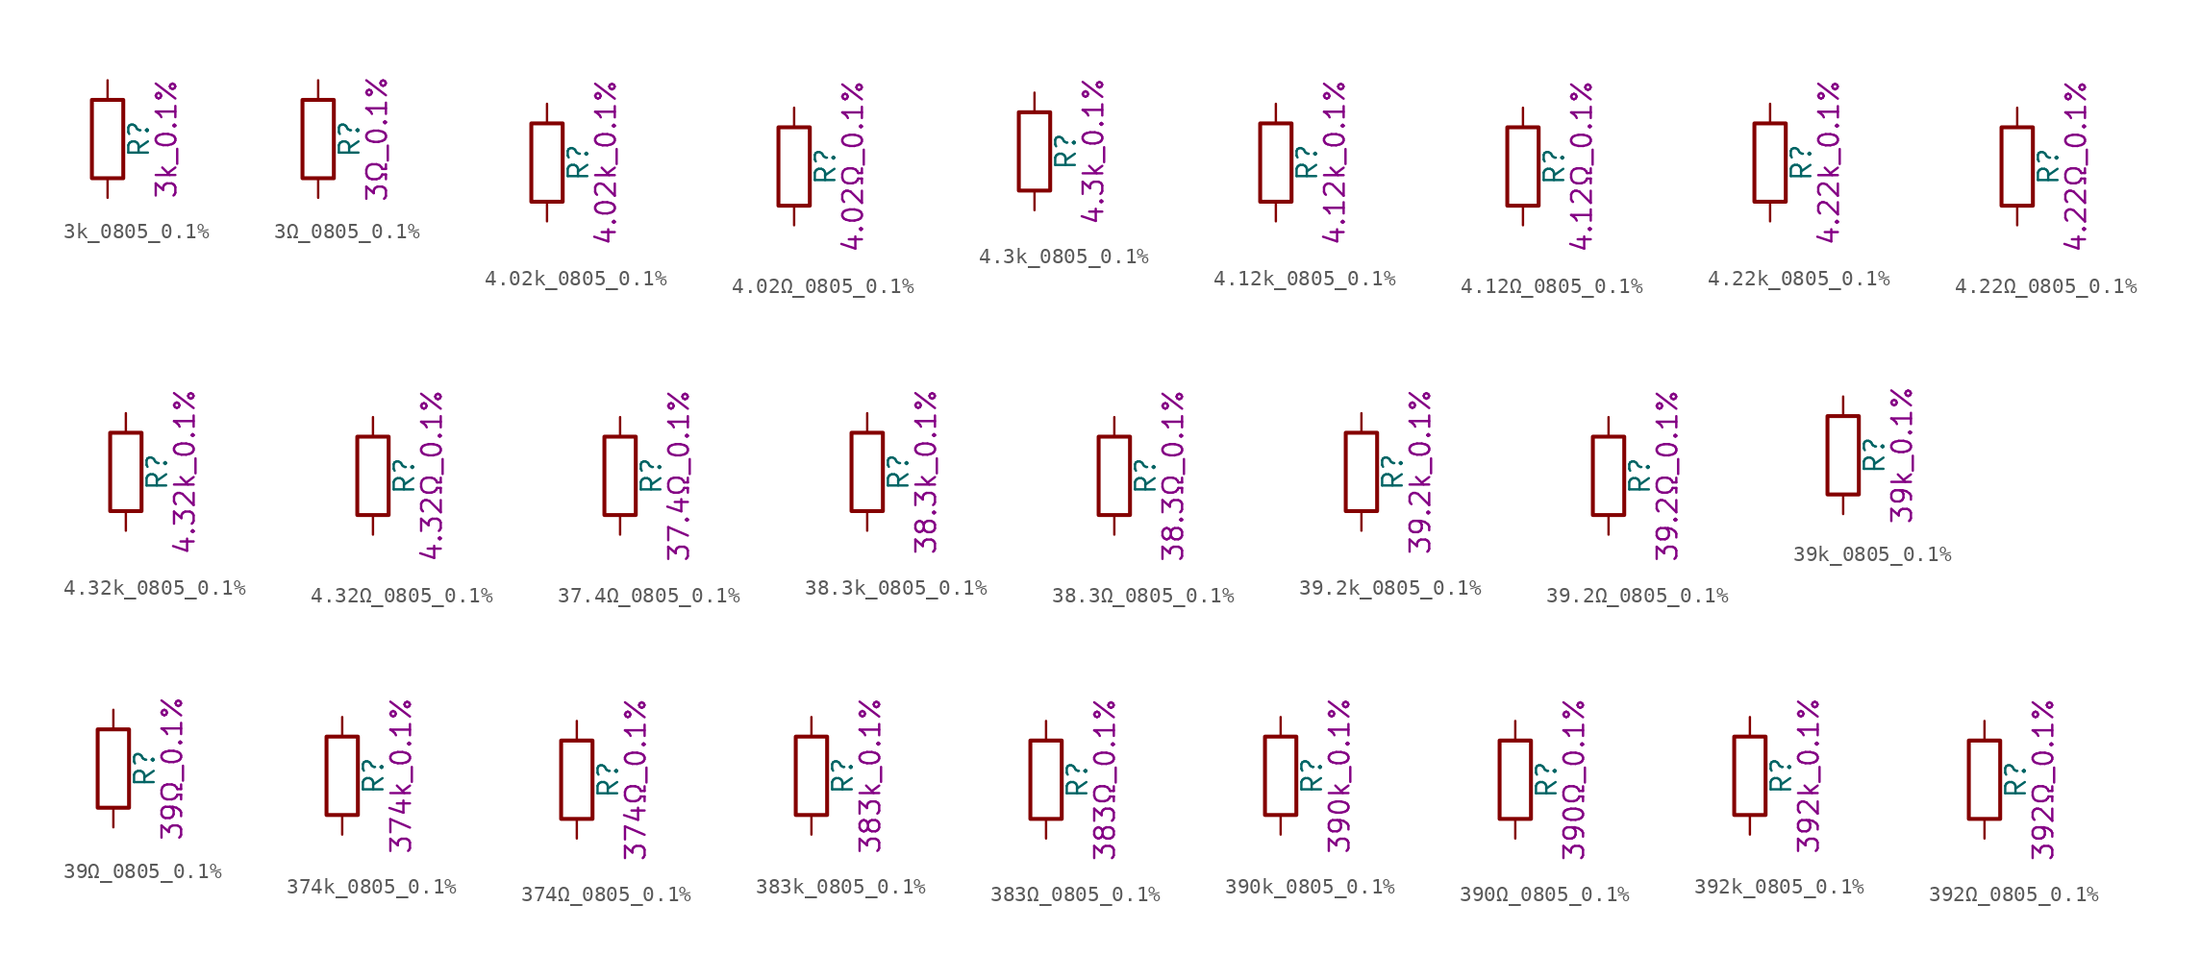
<source format=kicad_sym>
(kicad_symbol_lib
  (version 20211014)
  (generator kicad_symbol_editor)
  (symbol "3k_0805_0.1%"
    (pin_numbers hide)
    (pin_names
      (offset 0))
    (property "Reference" "R"
      (at 2.032 0 90)
      (effects (font (size 1.27 1.27))))
    (property "Display" "3k_0.1%"
      (at 3.81 0 90)
      (effects (font (size 1.27 1.27))))
    (symbol "3k_0805_0.1%_0_1"
      (rectangle (start -1.016 -2.54) (end 1.016 2.54) (stroke (width 0.254) (type default) (color 0 0 0 0)) (fill (type none))))
    (symbol "3k_0805_0.1%_1_1"
      (pin passive line (at 0 3.81 270) (length 1.27) (name "~" (effects (font (size 1.27 1.27)))) (number "1" (effects (font (size 1.27 1.27)))))
      (pin passive line (at 0 -3.81 90) (length 1.27) (name "~" (effects (font (size 1.27 1.27)))) (number "2" (effects (font (size 1.27 1.27)))))))
  (symbol "3Ω_0805_0.1%"
    (pin_numbers hide)
    (pin_names
      (offset 0))
    (property "Reference" "R"
      (at 2.032 0 90)
      (effects (font (size 1.27 1.27))))
    (property "Display" "3Ω_0.1%"
      (at 3.81 0 90)
      (effects (font (size 1.27 1.27))))
    (symbol "3Ω_0805_0.1%_0_1"
      (rectangle (start -1.016 -2.54) (end 1.016 2.54) (stroke (width 0.254) (type default) (color 0 0 0 0)) (fill (type none))))
    (symbol "3Ω_0805_0.1%_1_1"
      (pin passive line (at 0 3.81 270) (length 1.27) (name "~" (effects (font (size 1.27 1.27)))) (number "1" (effects (font (size 1.27 1.27)))))
      (pin passive line (at 0 -3.81 90) (length 1.27) (name "~" (effects (font (size 1.27 1.27)))) (number "2" (effects (font (size 1.27 1.27)))))))
  (symbol "4.02k_0805_0.1%"
    (pin_numbers hide)
    (pin_names
      (offset 0))
    (property "Reference" "R"
      (at 2.032 0 90)
      (effects (font (size 1.27 1.27))))
    (property "Display" "4.02k_0.1%"
      (at 3.81 0 90)
      (effects (font (size 1.27 1.27))))
    (symbol "4.02k_0805_0.1%_0_1"
      (rectangle (start -1.016 -2.54) (end 1.016 2.54) (stroke (width 0.254) (type default) (color 0 0 0 0)) (fill (type none))))
    (symbol "4.02k_0805_0.1%_1_1"
      (pin passive line (at 0 3.81 270) (length 1.27) (name "~" (effects (font (size 1.27 1.27)))) (number "1" (effects (font (size 1.27 1.27)))))
      (pin passive line (at 0 -3.81 90) (length 1.27) (name "~" (effects (font (size 1.27 1.27)))) (number "2" (effects (font (size 1.27 1.27)))))))
  (symbol "4.02Ω_0805_0.1%"
    (pin_numbers hide)
    (pin_names
      (offset 0))
    (property "Reference" "R"
      (at 2.032 0 90)
      (effects (font (size 1.27 1.27))))
    (property "Display" "4.02Ω_0.1%"
      (at 3.81 0 90)
      (effects (font (size 1.27 1.27))))
    (symbol "4.02Ω_0805_0.1%_0_1"
      (rectangle (start -1.016 -2.54) (end 1.016 2.54) (stroke (width 0.254) (type default) (color 0 0 0 0)) (fill (type none))))
    (symbol "4.02Ω_0805_0.1%_1_1"
      (pin passive line (at 0 3.81 270) (length 1.27) (name "~" (effects (font (size 1.27 1.27)))) (number "1" (effects (font (size 1.27 1.27)))))
      (pin passive line (at 0 -3.81 90) (length 1.27) (name "~" (effects (font (size 1.27 1.27)))) (number "2" (effects (font (size 1.27 1.27)))))))
  (symbol "4.3k_0805_0.1%"
    (pin_numbers hide)
    (pin_names
      (offset 0))
    (property "Reference" "R"
      (at 2.032 0 90)
      (effects (font (size 1.27 1.27))))
    (property "Display" "4.3k_0.1%"
      (at 3.81 0 90)
      (effects (font (size 1.27 1.27))))
    (symbol "4.3k_0805_0.1%_0_1"
      (rectangle (start -1.016 -2.54) (end 1.016 2.54) (stroke (width 0.254) (type default) (color 0 0 0 0)) (fill (type none))))
    (symbol "4.3k_0805_0.1%_1_1"
      (pin passive line (at 0 3.81 270) (length 1.27) (name "~" (effects (font (size 1.27 1.27)))) (number "1" (effects (font (size 1.27 1.27)))))
      (pin passive line (at 0 -3.81 90) (length 1.27) (name "~" (effects (font (size 1.27 1.27)))) (number "2" (effects (font (size 1.27 1.27)))))))
  (symbol "4.12k_0805_0.1%"
    (pin_numbers hide)
    (pin_names
      (offset 0))
    (property "Reference" "R"
      (at 2.032 0 90)
      (effects (font (size 1.27 1.27))))
    (property "Display" "4.12k_0.1%"
      (at 3.81 0 90)
      (effects (font (size 1.27 1.27))))
    (symbol "4.12k_0805_0.1%_0_1"
      (rectangle (start -1.016 -2.54) (end 1.016 2.54) (stroke (width 0.254) (type default) (color 0 0 0 0)) (fill (type none))))
    (symbol "4.12k_0805_0.1%_1_1"
      (pin passive line (at 0 3.81 270) (length 1.27) (name "~" (effects (font (size 1.27 1.27)))) (number "1" (effects (font (size 1.27 1.27)))))
      (pin passive line (at 0 -3.81 90) (length 1.27) (name "~" (effects (font (size 1.27 1.27)))) (number "2" (effects (font (size 1.27 1.27)))))))
  (symbol "4.12Ω_0805_0.1%"
    (pin_numbers hide)
    (pin_names
      (offset 0))
    (property "Reference" "R"
      (at 2.032 0 90)
      (effects (font (size 1.27 1.27))))
    (property "Display" "4.12Ω_0.1%"
      (at 3.81 0 90)
      (effects (font (size 1.27 1.27))))
    (symbol "4.12Ω_0805_0.1%_0_1"
      (rectangle (start -1.016 -2.54) (end 1.016 2.54) (stroke (width 0.254) (type default) (color 0 0 0 0)) (fill (type none))))
    (symbol "4.12Ω_0805_0.1%_1_1"
      (pin passive line (at 0 3.81 270) (length 1.27) (name "~" (effects (font (size 1.27 1.27)))) (number "1" (effects (font (size 1.27 1.27)))))
      (pin passive line (at 0 -3.81 90) (length 1.27) (name "~" (effects (font (size 1.27 1.27)))) (number "2" (effects (font (size 1.27 1.27)))))))
  (symbol "4.22k_0805_0.1%"
    (pin_numbers hide)
    (pin_names
      (offset 0))
    (property "Reference" "R"
      (at 2.032 0 90)
      (effects (font (size 1.27 1.27))))
    (property "Display" "4.22k_0.1%"
      (at 3.81 0 90)
      (effects (font (size 1.27 1.27))))
    (symbol "4.22k_0805_0.1%_0_1"
      (rectangle (start -1.016 -2.54) (end 1.016 2.54) (stroke (width 0.254) (type default) (color 0 0 0 0)) (fill (type none))))
    (symbol "4.22k_0805_0.1%_1_1"
      (pin passive line (at 0 3.81 270) (length 1.27) (name "~" (effects (font (size 1.27 1.27)))) (number "1" (effects (font (size 1.27 1.27)))))
      (pin passive line (at 0 -3.81 90) (length 1.27) (name "~" (effects (font (size 1.27 1.27)))) (number "2" (effects (font (size 1.27 1.27)))))))
  (symbol "4.22Ω_0805_0.1%"
    (pin_numbers hide)
    (pin_names
      (offset 0))
    (property "Reference" "R"
      (at 2.032 0 90)
      (effects (font (size 1.27 1.27))))
    (property "Display" "4.22Ω_0.1%"
      (at 3.81 0 90)
      (effects (font (size 1.27 1.27))))
    (symbol "4.22Ω_0805_0.1%_0_1"
      (rectangle (start -1.016 -2.54) (end 1.016 2.54) (stroke (width 0.254) (type default) (color 0 0 0 0)) (fill (type none))))
    (symbol "4.22Ω_0805_0.1%_1_1"
      (pin passive line (at 0 3.81 270) (length 1.27) (name "~" (effects (font (size 1.27 1.27)))) (number "1" (effects (font (size 1.27 1.27)))))
      (pin passive line (at 0 -3.81 90) (length 1.27) (name "~" (effects (font (size 1.27 1.27)))) (number "2" (effects (font (size 1.27 1.27)))))))
  (symbol "4.32k_0805_0.1%"
    (pin_numbers hide)
    (pin_names
      (offset 0))
    (property "Reference" "R"
      (at 2.032 0 90)
      (effects (font (size 1.27 1.27))))
    (property "Display" "4.32k_0.1%"
      (at 3.81 0 90)
      (effects (font (size 1.27 1.27))))
    (symbol "4.32k_0805_0.1%_0_1"
      (rectangle (start -1.016 -2.54) (end 1.016 2.54) (stroke (width 0.254) (type default) (color 0 0 0 0)) (fill (type none))))
    (symbol "4.32k_0805_0.1%_1_1"
      (pin passive line (at 0 3.81 270) (length 1.27) (name "~" (effects (font (size 1.27 1.27)))) (number "1" (effects (font (size 1.27 1.27)))))
      (pin passive line (at 0 -3.81 90) (length 1.27) (name "~" (effects (font (size 1.27 1.27)))) (number "2" (effects (font (size 1.27 1.27)))))))
  (symbol "4.32Ω_0805_0.1%"
    (pin_numbers hide)
    (pin_names
      (offset 0))
    (property "Reference" "R"
      (at 2.032 0 90)
      (effects (font (size 1.27 1.27))))
    (property "Display" "4.32Ω_0.1%"
      (at 3.81 0 90)
      (effects (font (size 1.27 1.27))))
    (symbol "4.32Ω_0805_0.1%_0_1"
      (rectangle (start -1.016 -2.54) (end 1.016 2.54) (stroke (width 0.254) (type default) (color 0 0 0 0)) (fill (type none))))
    (symbol "4.32Ω_0805_0.1%_1_1"
      (pin passive line (at 0 3.81 270) (length 1.27) (name "~" (effects (font (size 1.27 1.27)))) (number "1" (effects (font (size 1.27 1.27)))))
      (pin passive line (at 0 -3.81 90) (length 1.27) (name "~" (effects (font (size 1.27 1.27)))) (number "2" (effects (font (size 1.27 1.27)))))))
  (symbol "37.4Ω_0805_0.1%"
    (pin_numbers hide)
    (pin_names
      (offset 0))
    (property "Reference" "R"
      (at 2.032 0 90)
      (effects (font (size 1.27 1.27))))
    (property "Display" "37.4Ω_0.1%"
      (at 3.81 0 90)
      (effects (font (size 1.27 1.27))))
    (symbol "37.4Ω_0805_0.1%_0_1"
      (rectangle (start -1.016 -2.54) (end 1.016 2.54) (stroke (width 0.254) (type default) (color 0 0 0 0)) (fill (type none))))
    (symbol "37.4Ω_0805_0.1%_1_1"
      (pin passive line (at 0 3.81 270) (length 1.27) (name "~" (effects (font (size 1.27 1.27)))) (number "1" (effects (font (size 1.27 1.27)))))
      (pin passive line (at 0 -3.81 90) (length 1.27) (name "~" (effects (font (size 1.27 1.27)))) (number "2" (effects (font (size 1.27 1.27)))))))
  (symbol "38.3k_0805_0.1%"
    (pin_numbers hide)
    (pin_names
      (offset 0))
    (property "Reference" "R"
      (at 2.032 0 90)
      (effects (font (size 1.27 1.27))))
    (property "Display" "38.3k_0.1%"
      (at 3.81 0 90)
      (effects (font (size 1.27 1.27))))
    (symbol "38.3k_0805_0.1%_0_1"
      (rectangle (start -1.016 -2.54) (end 1.016 2.54) (stroke (width 0.254) (type default) (color 0 0 0 0)) (fill (type none))))
    (symbol "38.3k_0805_0.1%_1_1"
      (pin passive line (at 0 3.81 270) (length 1.27) (name "~" (effects (font (size 1.27 1.27)))) (number "1" (effects (font (size 1.27 1.27)))))
      (pin passive line (at 0 -3.81 90) (length 1.27) (name "~" (effects (font (size 1.27 1.27)))) (number "2" (effects (font (size 1.27 1.27)))))))
  (symbol "38.3Ω_0805_0.1%"
    (pin_numbers hide)
    (pin_names
      (offset 0))
    (property "Reference" "R"
      (at 2.032 0 90)
      (effects (font (size 1.27 1.27))))
    (property "Display" "38.3Ω_0.1%"
      (at 3.81 0 90)
      (effects (font (size 1.27 1.27))))
    (symbol "38.3Ω_0805_0.1%_0_1"
      (rectangle (start -1.016 -2.54) (end 1.016 2.54) (stroke (width 0.254) (type default) (color 0 0 0 0)) (fill (type none))))
    (symbol "38.3Ω_0805_0.1%_1_1"
      (pin passive line (at 0 3.81 270) (length 1.27) (name "~" (effects (font (size 1.27 1.27)))) (number "1" (effects (font (size 1.27 1.27)))))
      (pin passive line (at 0 -3.81 90) (length 1.27) (name "~" (effects (font (size 1.27 1.27)))) (number "2" (effects (font (size 1.27 1.27)))))))
  (symbol "39.2k_0805_0.1%"
    (pin_numbers hide)
    (pin_names
      (offset 0))
    (property "Reference" "R"
      (at 2.032 0 90)
      (effects (font (size 1.27 1.27))))
    (property "Display" "39.2k_0.1%"
      (at 3.81 0 90)
      (effects (font (size 1.27 1.27))))
    (symbol "39.2k_0805_0.1%_0_1"
      (rectangle (start -1.016 -2.54) (end 1.016 2.54) (stroke (width 0.254) (type default) (color 0 0 0 0)) (fill (type none))))
    (symbol "39.2k_0805_0.1%_1_1"
      (pin passive line (at 0 3.81 270) (length 1.27) (name "~" (effects (font (size 1.27 1.27)))) (number "1" (effects (font (size 1.27 1.27)))))
      (pin passive line (at 0 -3.81 90) (length 1.27) (name "~" (effects (font (size 1.27 1.27)))) (number "2" (effects (font (size 1.27 1.27)))))))
  (symbol "39.2Ω_0805_0.1%"
    (pin_numbers hide)
    (pin_names
      (offset 0))
    (property "Reference" "R"
      (at 2.032 0 90)
      (effects (font (size 1.27 1.27))))
    (property "Display" "39.2Ω_0.1%"
      (at 3.81 0 90)
      (effects (font (size 1.27 1.27))))
    (symbol "39.2Ω_0805_0.1%_0_1"
      (rectangle (start -1.016 -2.54) (end 1.016 2.54) (stroke (width 0.254) (type default) (color 0 0 0 0)) (fill (type none))))
    (symbol "39.2Ω_0805_0.1%_1_1"
      (pin passive line (at 0 3.81 270) (length 1.27) (name "~" (effects (font (size 1.27 1.27)))) (number "1" (effects (font (size 1.27 1.27)))))
      (pin passive line (at 0 -3.81 90) (length 1.27) (name "~" (effects (font (size 1.27 1.27)))) (number "2" (effects (font (size 1.27 1.27)))))))
  (symbol "39k_0805_0.1%"
    (pin_numbers hide)
    (pin_names
      (offset 0))
    (property "Reference" "R"
      (at 2.032 0 90)
      (effects (font (size 1.27 1.27))))
    (property "Display" "39k_0.1%"
      (at 3.81 0 90)
      (effects (font (size 1.27 1.27))))
    (symbol "39k_0805_0.1%_0_1"
      (rectangle (start -1.016 -2.54) (end 1.016 2.54) (stroke (width 0.254) (type default) (color 0 0 0 0)) (fill (type none))))
    (symbol "39k_0805_0.1%_1_1"
      (pin passive line (at 0 3.81 270) (length 1.27) (name "~" (effects (font (size 1.27 1.27)))) (number "1" (effects (font (size 1.27 1.27)))))
      (pin passive line (at 0 -3.81 90) (length 1.27) (name "~" (effects (font (size 1.27 1.27)))) (number "2" (effects (font (size 1.27 1.27)))))))
  (symbol "39Ω_0805_0.1%"
    (pin_numbers hide)
    (pin_names
      (offset 0))
    (property "Reference" "R"
      (at 2.032 0 90)
      (effects (font (size 1.27 1.27))))
    (property "Display" "39Ω_0.1%"
      (at 3.81 0 90)
      (effects (font (size 1.27 1.27))))
    (symbol "39Ω_0805_0.1%_0_1"
      (rectangle (start -1.016 -2.54) (end 1.016 2.54) (stroke (width 0.254) (type default) (color 0 0 0 0)) (fill (type none))))
    (symbol "39Ω_0805_0.1%_1_1"
      (pin passive line (at 0 3.81 270) (length 1.27) (name "~" (effects (font (size 1.27 1.27)))) (number "1" (effects (font (size 1.27 1.27)))))
      (pin passive line (at 0 -3.81 90) (length 1.27) (name "~" (effects (font (size 1.27 1.27)))) (number "2" (effects (font (size 1.27 1.27)))))))
  (symbol "374k_0805_0.1%"
    (pin_numbers hide)
    (pin_names
      (offset 0))
    (property "Reference" "R"
      (at 2.032 0 90)
      (effects (font (size 1.27 1.27))))
    (property "Display" "374k_0.1%"
      (at 3.81 0 90)
      (effects (font (size 1.27 1.27))))
    (symbol "374k_0805_0.1%_0_1"
      (rectangle (start -1.016 -2.54) (end 1.016 2.54) (stroke (width 0.254) (type default) (color 0 0 0 0)) (fill (type none))))
    (symbol "374k_0805_0.1%_1_1"
      (pin passive line (at 0 3.81 270) (length 1.27) (name "~" (effects (font (size 1.27 1.27)))) (number "1" (effects (font (size 1.27 1.27)))))
      (pin passive line (at 0 -3.81 90) (length 1.27) (name "~" (effects (font (size 1.27 1.27)))) (number "2" (effects (font (size 1.27 1.27)))))))
  (symbol "374Ω_0805_0.1%"
    (pin_numbers hide)
    (pin_names
      (offset 0))
    (property "Reference" "R"
      (at 2.032 0 90)
      (effects (font (size 1.27 1.27))))
    (property "Display" "374Ω_0.1%"
      (at 3.81 0 90)
      (effects (font (size 1.27 1.27))))
    (symbol "374Ω_0805_0.1%_0_1"
      (rectangle (start -1.016 -2.54) (end 1.016 2.54) (stroke (width 0.254) (type default) (color 0 0 0 0)) (fill (type none))))
    (symbol "374Ω_0805_0.1%_1_1"
      (pin passive line (at 0 3.81 270) (length 1.27) (name "~" (effects (font (size 1.27 1.27)))) (number "1" (effects (font (size 1.27 1.27)))))
      (pin passive line (at 0 -3.81 90) (length 1.27) (name "~" (effects (font (size 1.27 1.27)))) (number "2" (effects (font (size 1.27 1.27)))))))
  (symbol "383k_0805_0.1%"
    (pin_numbers hide)
    (pin_names
      (offset 0))
    (property "Reference" "R"
      (at 2.032 0 90)
      (effects (font (size 1.27 1.27))))
    (property "Display" "383k_0.1%"
      (at 3.81 0 90)
      (effects (font (size 1.27 1.27))))
    (symbol "383k_0805_0.1%_0_1"
      (rectangle (start -1.016 -2.54) (end 1.016 2.54) (stroke (width 0.254) (type default) (color 0 0 0 0)) (fill (type none))))
    (symbol "383k_0805_0.1%_1_1"
      (pin passive line (at 0 3.81 270) (length 1.27) (name "~" (effects (font (size 1.27 1.27)))) (number "1" (effects (font (size 1.27 1.27)))))
      (pin passive line (at 0 -3.81 90) (length 1.27) (name "~" (effects (font (size 1.27 1.27)))) (number "2" (effects (font (size 1.27 1.27)))))))
  (symbol "383Ω_0805_0.1%"
    (pin_numbers hide)
    (pin_names
      (offset 0))
    (property "Reference" "R"
      (at 2.032 0 90)
      (effects (font (size 1.27 1.27))))
    (property "Display" "383Ω_0.1%"
      (at 3.81 0 90)
      (effects (font (size 1.27 1.27))))
    (symbol "383Ω_0805_0.1%_0_1"
      (rectangle (start -1.016 -2.54) (end 1.016 2.54) (stroke (width 0.254) (type default) (color 0 0 0 0)) (fill (type none))))
    (symbol "383Ω_0805_0.1%_1_1"
      (pin passive line (at 0 3.81 270) (length 1.27) (name "~" (effects (font (size 1.27 1.27)))) (number "1" (effects (font (size 1.27 1.27)))))
      (pin passive line (at 0 -3.81 90) (length 1.27) (name "~" (effects (font (size 1.27 1.27)))) (number "2" (effects (font (size 1.27 1.27)))))))
  (symbol "390k_0805_0.1%"
    (pin_numbers hide)
    (pin_names
      (offset 0))
    (property "Reference" "R"
      (at 2.032 0 90)
      (effects (font (size 1.27 1.27))))
    (property "Display" "390k_0.1%"
      (at 3.81 0 90)
      (effects (font (size 1.27 1.27))))
    (symbol "390k_0805_0.1%_0_1"
      (rectangle (start -1.016 -2.54) (end 1.016 2.54) (stroke (width 0.254) (type default) (color 0 0 0 0)) (fill (type none))))
    (symbol "390k_0805_0.1%_1_1"
      (pin passive line (at 0 3.81 270) (length 1.27) (name "~" (effects (font (size 1.27 1.27)))) (number "1" (effects (font (size 1.27 1.27)))))
      (pin passive line (at 0 -3.81 90) (length 1.27) (name "~" (effects (font (size 1.27 1.27)))) (number "2" (effects (font (size 1.27 1.27)))))))
  (symbol "390Ω_0805_0.1%"
    (pin_numbers hide)
    (pin_names
      (offset 0))
    (property "Reference" "R"
      (at 2.032 0 90)
      (effects (font (size 1.27 1.27))))
    (property "Display" "390Ω_0.1%"
      (at 3.81 0 90)
      (effects (font (size 1.27 1.27))))
    (symbol "390Ω_0805_0.1%_0_1"
      (rectangle (start -1.016 -2.54) (end 1.016 2.54) (stroke (width 0.254) (type default) (color 0 0 0 0)) (fill (type none))))
    (symbol "390Ω_0805_0.1%_1_1"
      (pin passive line (at 0 3.81 270) (length 1.27) (name "~" (effects (font (size 1.27 1.27)))) (number "1" (effects (font (size 1.27 1.27)))))
      (pin passive line (at 0 -3.81 90) (length 1.27) (name "~" (effects (font (size 1.27 1.27)))) (number "2" (effects (font (size 1.27 1.27)))))))
  (symbol "392k_0805_0.1%"
    (pin_numbers hide)
    (pin_names
      (offset 0))
    (property "Reference" "R"
      (at 2.032 0 90)
      (effects (font (size 1.27 1.27))))
    (property "Display" "392k_0.1%"
      (at 3.81 0 90)
      (effects (font (size 1.27 1.27))))
    (symbol "392k_0805_0.1%_0_1"
      (rectangle (start -1.016 -2.54) (end 1.016 2.54) (stroke (width 0.254) (type default) (color 0 0 0 0)) (fill (type none))))
    (symbol "392k_0805_0.1%_1_1"
      (pin passive line (at 0 3.81 270) (length 1.27) (name "~" (effects (font (size 1.27 1.27)))) (number "1" (effects (font (size 1.27 1.27)))))
      (pin passive line (at 0 -3.81 90) (length 1.27) (name "~" (effects (font (size 1.27 1.27)))) (number "2" (effects (font (size 1.27 1.27)))))))
  (symbol "392Ω_0805_0.1%"
    (pin_numbers hide)
    (pin_names
      (offset 0))
    (property "Reference" "R"
      (at 2.032 0 90)
      (effects (font (size 1.27 1.27))))
    (property "Display" "392Ω_0.1%"
      (at 3.81 0 90)
      (effects (font (size 1.27 1.27))))
    (symbol "392Ω_0805_0.1%_0_1"
      (rectangle (start -1.016 -2.54) (end 1.016 2.54) (stroke (width 0.254) (type default) (color 0 0 0 0)) (fill (type none))))
    (symbol "392Ω_0805_0.1%_1_1"
      (pin passive line (at 0 3.81 270) (length 1.27) (name "~" (effects (font (size 1.27 1.27)))) (number "1" (effects (font (size 1.27 1.27)))))
      (pin passive line (at 0 -3.81 90) (length 1.27) (name "~" (effects (font (size 1.27 1.27)))) (number "2" (effects (font (size 1.27 1.27))))))))
</source>
